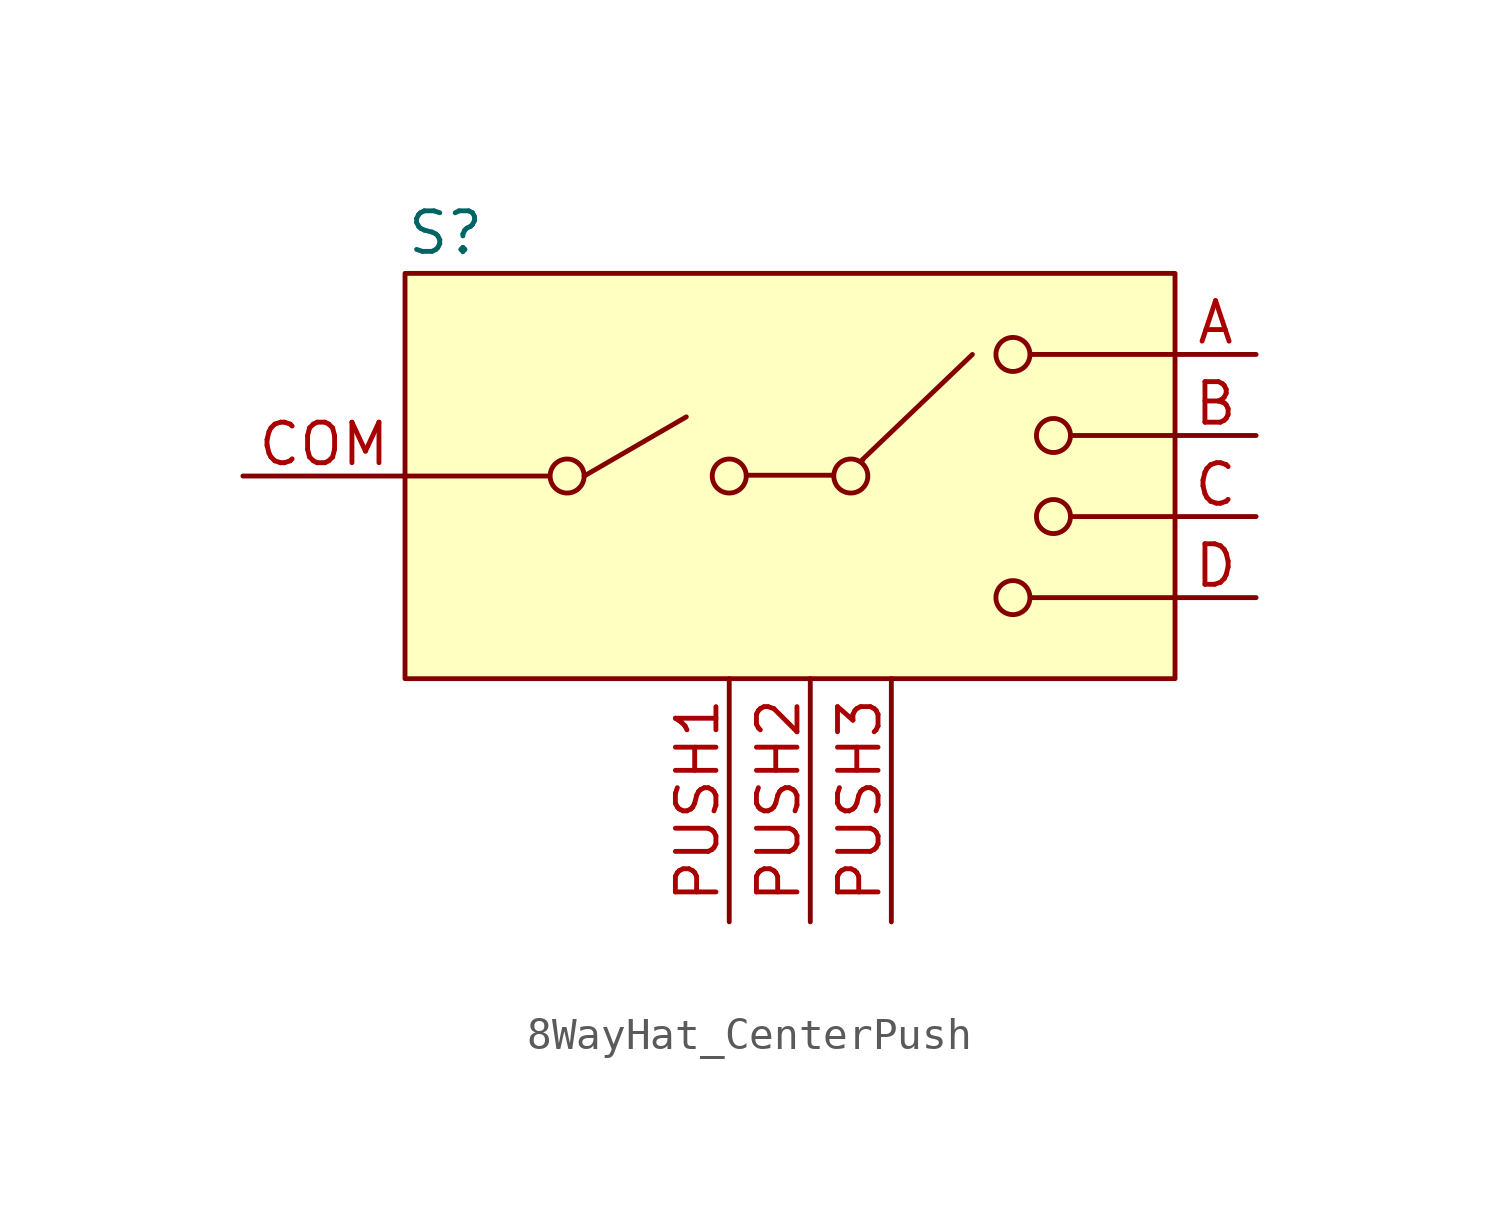
<source format=kicad_sym>
(kicad_symbol_lib
  (version 20220914)
  (generator kicad_symbol_editor)
  (symbol "8WayHat_CenterPush"
    (pin_names
      (offset 1.016))
    (property "Reference" "S"
      (at -10.16 0 0)
      (effects (font (size 1.27 1.27))))
    (symbol "8WayHat_CenterPush_0_1"
      (rectangle (start -11.43 -1.27) (end 12.7 -13.97) (stroke (width 0) (type default)) (fill (type background)))
      (polyline (pts (xy -6.934 -7.62) (xy -11.43 -7.62)) (stroke (width 0) (type default)) (fill (type none)))
      (polyline (pts (xy -5.817 -7.62) (xy -2.616 -5.766)) (stroke (width 0) (type default)) (fill (type none)))
      (polyline (pts (xy -0.737 -7.595) (xy 1.956 -7.595)) (stroke (width 0) (type default)) (fill (type none)))
      (polyline (pts (xy 12.7 -11.43) (xy 8.179 -11.43)) (stroke (width 0) (type default)) (fill (type none)))
      (polyline (pts (xy 12.7 -8.89) (xy 9.474 -8.89)) (stroke (width 0) (type default)) (fill (type none)))
      (polyline (pts (xy 12.7 -6.35) (xy 9.423 -6.35)) (stroke (width 0) (type default)) (fill (type none)))
      (polyline (pts (xy 12.7 -3.81) (xy 8.204 -3.81)) (stroke (width 0) (type default)) (fill (type none)))
      (polyline (pts (xy 6.35 -3.81) (xy 2.896 -7.112) (xy 2.921 -7.112)) (stroke (width 0) (type default)) (fill (type none)))
      (circle (center 2.54 -7.62) (radius 0.533) (stroke (width 0) (type default)) (fill (type none))))
    (symbol "8WayHat_CenterPush_1_1"
      (circle (center -6.35 -7.62) (radius 0.533) (stroke (width 0) (type default)) (fill (type none)))
      (circle (center -1.27 -7.62) (radius 0.533) (stroke (width 0) (type default)) (fill (type none)))
      (circle (center 7.62 -11.43) (radius 0.533) (stroke (width 0) (type default)) (fill (type none)))
      (circle (center 7.62 -3.81) (radius 0.533) (stroke (width 0) (type default)) (fill (type none)))
      (circle (center 8.89 -8.89) (radius 0.533) (stroke (width 0) (type default)) (fill (type none)))
      (circle (center 8.89 -6.35) (radius 0.533) (stroke (width 0) (type default)) (fill (type none)))
      (pin output line (at 15.24 -3.81 180) (length 2.54) (name "~" (effects (font (size 1.27 1.27)))) (number "A" (effects (font (size 1.27 1.27)))))
      (pin output line (at 15.24 -6.35 180) (length 2.54) (name "~" (effects (font (size 1.27 1.27)))) (number "B" (effects (font (size 1.27 1.27)))))
      (pin output line (at 15.24 -8.89 180) (length 2.54) (name "~" (effects (font (size 1.27 1.27)))) (number "C" (effects (font (size 1.27 1.27)))))
      (pin input line (at -16.51 -7.62 0) (length 5.08) (name "~" (effects (font (size 1.27 1.27)))) (number "COM" (effects (font (size 1.27 1.27)))))
      (pin output line (at 15.24 -11.43 180) (length 2.54) (name "~" (effects (font (size 1.27 1.27)))) (number "D" (effects (font (size 1.27 1.27)))))
      (pin output line (at -1.27 -21.59 90) (length 7.62) (name "~" (effects (font (size 1.27 1.27)))) (number "PUSH1" (effects (font (size 1.27 1.27)))))
      (pin output line (at 1.27 -21.59 90) (length 7.62) (name "~" (effects (font (size 1.27 1.27)))) (number "PUSH2" (effects (font (size 1.27 1.27)))))
      (pin output line (at 3.81 -21.59 90) (length 7.62) (name "~" (effects (font (size 1.27 1.27)))) (number "PUSH3" (effects (font (size 1.27 1.27))))))))
</source>
